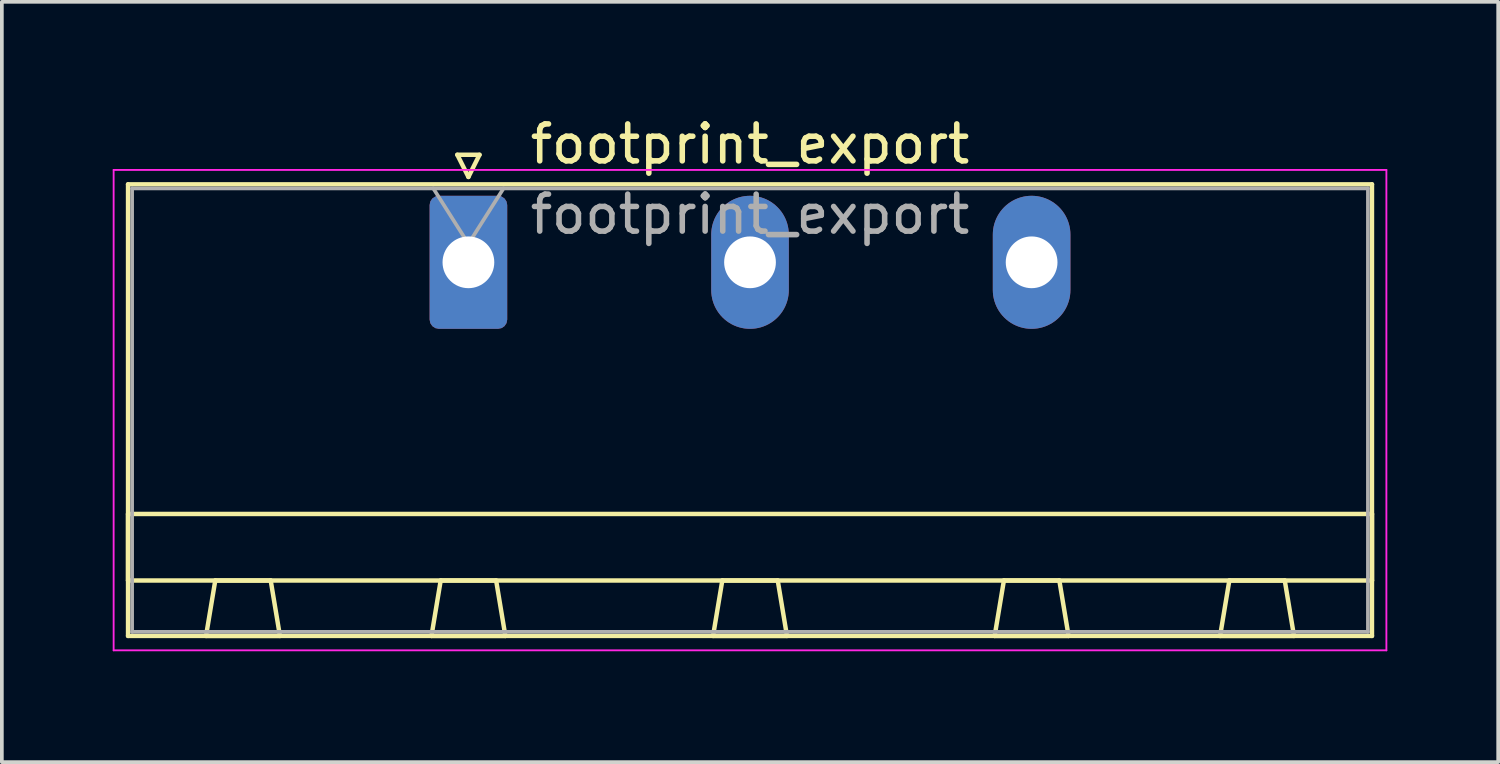
<source format=kicad_pcb>
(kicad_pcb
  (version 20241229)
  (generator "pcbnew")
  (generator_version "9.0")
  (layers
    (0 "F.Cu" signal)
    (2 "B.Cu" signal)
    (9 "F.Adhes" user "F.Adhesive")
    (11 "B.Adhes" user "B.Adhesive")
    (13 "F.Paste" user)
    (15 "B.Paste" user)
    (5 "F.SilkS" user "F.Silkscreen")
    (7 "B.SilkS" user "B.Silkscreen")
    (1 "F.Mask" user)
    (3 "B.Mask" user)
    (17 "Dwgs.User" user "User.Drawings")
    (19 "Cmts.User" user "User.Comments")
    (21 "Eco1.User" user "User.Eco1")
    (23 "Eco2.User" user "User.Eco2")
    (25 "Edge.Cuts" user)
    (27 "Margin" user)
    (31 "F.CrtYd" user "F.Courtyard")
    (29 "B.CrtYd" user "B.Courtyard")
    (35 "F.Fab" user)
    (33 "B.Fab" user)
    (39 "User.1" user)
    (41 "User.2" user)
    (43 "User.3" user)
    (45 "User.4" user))
  (footprint "footprint_export"
    (layer "F.Cu")
    (at 9.625 4.048)
    (property "Reference" "footprint_export" (at 7.62 -3.2 0) (layer "F.SilkS") (effects (font (size 1 1) (thickness 0.15))))
    (attr through_hole)
    (fp_line (start -9.21 -2.11) (end -9.21 10.11) (stroke (width 0.12) (type solid)) (layer "F.SilkS"))
    (fp_line (start -9.21 6.81) (end 24.45 6.81) (stroke (width 0.12) (type solid)) (layer "F.SilkS"))
    (fp_line (start -9.21 8.61) (end -9.21 6.81) (stroke (width 0.12) (type solid)) (layer "F.SilkS"))
    (fp_line (start -9.21 10.11) (end 24.45 10.11) (stroke (width 0.12) (type solid)) (layer "F.SilkS"))
    (fp_line (start -7.1 10.11) (end -5.1 10.11) (stroke (width 0.12) (type solid)) (layer "F.SilkS"))
    (fp_line (start -6.85 8.61) (end -7.1 10.11) (stroke (width 0.12) (type solid)) (layer "F.SilkS"))
    (fp_line (start -5.35 8.61) (end -6.85 8.61) (stroke (width 0.12) (type solid)) (layer "F.SilkS"))
    (fp_line (start -5.1 10.11) (end -5.35 8.61) (stroke (width 0.12) (type solid)) (layer "F.SilkS"))
    (fp_line (start -1 10.11) (end 1 10.11) (stroke (width 0.12) (type solid)) (layer "F.SilkS"))
    (fp_line (start -0.75 8.61) (end -1 10.11) (stroke (width 0.12) (type solid)) (layer "F.SilkS"))
    (fp_line (start -0.3 -2.91) (end 0.3 -2.91) (stroke (width 0.12) (type solid)) (layer "F.SilkS"))
    (fp_line (start 0 -2.31) (end -0.3 -2.91) (stroke (width 0.12) (type solid)) (layer "F.SilkS"))
    (fp_line (start 0.3 -2.91) (end 0 -2.31) (stroke (width 0.12) (type solid)) (layer "F.SilkS"))
    (fp_line (start 0.75 8.61) (end -0.75 8.61) (stroke (width 0.12) (type solid)) (layer "F.SilkS"))
    (fp_line (start 1 10.11) (end 0.75 8.61) (stroke (width 0.12) (type solid)) (layer "F.SilkS"))
    (fp_line (start 6.62 10.11) (end 8.62 10.11) (stroke (width 0.12) (type solid)) (layer "F.SilkS"))
    (fp_line (start 6.87 8.61) (end 6.62 10.11) (stroke (width 0.12) (type solid)) (layer "F.SilkS"))
    (fp_line (start 8.37 8.61) (end 6.87 8.61) (stroke (width 0.12) (type solid)) (layer "F.SilkS"))
    (fp_line (start 8.62 10.11) (end 8.37 8.61) (stroke (width 0.12) (type solid)) (layer "F.SilkS"))
    (fp_line (start 14.24 10.11) (end 16.24 10.11) (stroke (width 0.12) (type solid)) (layer "F.SilkS"))
    (fp_line (start 14.49 8.61) (end 14.24 10.11) (stroke (width 0.12) (type solid)) (layer "F.SilkS"))
    (fp_line (start 15.99 8.61) (end 14.49 8.61) (stroke (width 0.12) (type solid)) (layer "F.SilkS"))
    (fp_line (start 16.24 10.11) (end 15.99 8.61) (stroke (width 0.12) (type solid)) (layer "F.SilkS"))
    (fp_line (start 20.34 10.11) (end 22.34 10.11) (stroke (width 0.12) (type solid)) (layer "F.SilkS"))
    (fp_line (start 20.59 8.61) (end 20.34 10.11) (stroke (width 0.12) (type solid)) (layer "F.SilkS"))
    (fp_line (start 22.09 8.61) (end 20.59 8.61) (stroke (width 0.12) (type solid)) (layer "F.SilkS"))
    (fp_line (start 22.34 10.11) (end 22.09 8.61) (stroke (width 0.12) (type solid)) (layer "F.SilkS"))
    (fp_line (start 24.45 -2.11) (end -9.21 -2.11) (stroke (width 0.12) (type solid)) (layer "F.SilkS"))
    (fp_line (start 24.45 6.81) (end 24.45 8.61) (stroke (width 0.12) (type solid)) (layer "F.SilkS"))
    (fp_line (start 24.45 8.61) (end -9.21 8.61) (stroke (width 0.12) (type solid)) (layer "F.SilkS"))
    (fp_line (start 24.45 10.11) (end 24.45 -2.11) (stroke (width 0.12) (type solid)) (layer "F.SilkS"))
    (fp_line (start -9.6 -2.5) (end -9.6 10.5) (stroke (width 0.05) (type solid)) (layer "F.CrtYd"))
    (fp_line (start -9.6 10.5) (end 24.84 10.5) (stroke (width 0.05) (type solid)) (layer "F.CrtYd"))
    (fp_line (start 24.84 -2.5) (end -9.6 -2.5) (stroke (width 0.05) (type solid)) (layer "F.CrtYd"))
    (fp_line (start 24.84 10.5) (end 24.84 -2.5) (stroke (width 0.05) (type solid)) (layer "F.CrtYd"))
    (fp_line (start -9.1 -2) (end -9.1 10) (stroke (width 0.1) (type solid)) (layer "F.Fab"))
    (fp_line (start -9.1 10) (end 24.34 10) (stroke (width 0.1) (type solid)) (layer "F.Fab"))
    (fp_line (start 0 -0.5) (end -0.95 -2) (stroke (width 0.1) (type solid)) (layer "F.Fab"))
    (fp_line (start 0.95 -2) (end 0 -0.5) (stroke (width 0.1) (type solid)) (layer "F.Fab"))
    (fp_line (start 24.34 -2) (end -9.1 -2) (stroke (width 0.1) (type solid)) (layer "F.Fab"))
    (fp_line (start 24.34 10) (end 24.34 -2) (stroke (width 0.1) (type solid)) (layer "F.Fab"))
    (fp_text user "${REFERENCE}" (at 7.62 -1.3 0) (layer "F.Fab") (effects (font (size 1 1) (thickness 0.15))))
    (pad "1" thru_hole roundrect (at 0 0) (size 2.1 3.6) (drill 1.4) (layers "*.Cu" "*.Mask") (roundrect_rratio 0.119))
    (pad "2" thru_hole oval (at 7.62 0) (size 2.1 3.6) (drill 1.4) (layers "*.Cu" "*.Mask"))
    (pad "3" thru_hole oval (at 15.24 0) (size 2.1 3.6) (drill 1.4) (layers "*.Cu" "*.Mask")))
  (gr_rect
    (start -3 -3)
    (end 37.49 17.573)
    (stroke (width 0.1) (type default))
    (fill no)
    (layer "Edge.Cuts")))
</source>
